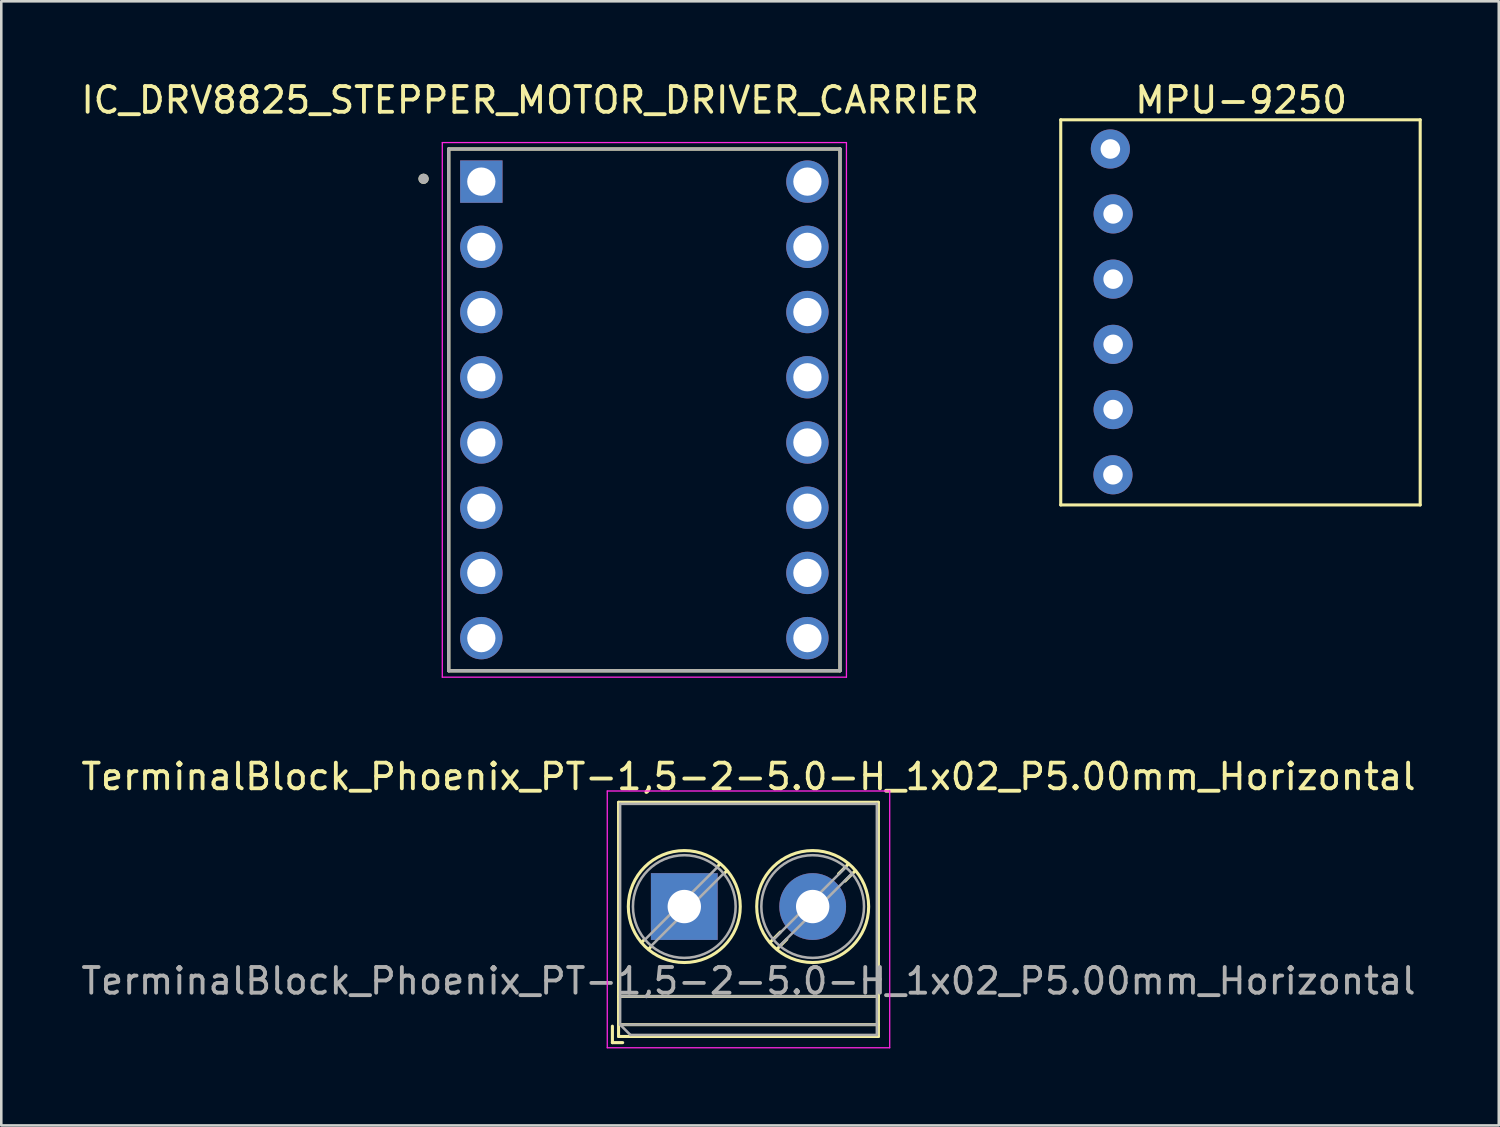
<source format=kicad_pcb>
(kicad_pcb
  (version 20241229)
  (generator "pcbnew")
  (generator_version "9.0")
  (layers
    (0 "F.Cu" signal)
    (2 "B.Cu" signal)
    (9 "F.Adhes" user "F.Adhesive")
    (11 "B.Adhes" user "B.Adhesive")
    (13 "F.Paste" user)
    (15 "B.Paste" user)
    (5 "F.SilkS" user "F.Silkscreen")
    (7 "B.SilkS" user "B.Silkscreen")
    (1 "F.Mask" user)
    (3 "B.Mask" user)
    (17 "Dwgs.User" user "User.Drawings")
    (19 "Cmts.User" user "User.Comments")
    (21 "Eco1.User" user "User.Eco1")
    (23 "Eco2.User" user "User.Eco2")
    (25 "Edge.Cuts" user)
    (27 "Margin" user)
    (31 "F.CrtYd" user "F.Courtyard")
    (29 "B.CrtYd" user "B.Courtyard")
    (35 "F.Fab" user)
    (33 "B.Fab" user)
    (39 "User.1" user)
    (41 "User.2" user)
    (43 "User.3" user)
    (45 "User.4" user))
  (footprint "MPU-9250"
    (layer "F.Cu")
    (at 45.262 9.116)
    (property "Reference" "MPU-9250" (at 0.025 -8.268 0) (layer "F.SilkS") (effects (font (size 1 1) (thickness 0.15))))
    (attr through_hole)
    (fp_line (start -7 -7.5) (end 7 -7.5) (stroke (width 0.12) (type solid)) (layer "F.SilkS"))
    (fp_line (start -7 7.5) (end -7 -7.5) (stroke (width 0.12) (type solid)) (layer "F.SilkS"))
    (fp_line (start -7 7.5) (end 7 7.5) (stroke (width 0.12) (type solid)) (layer "F.SilkS"))
    (fp_line (start 7 -7.5) (end 7 7.5) (stroke (width 0.12) (type solid)) (layer "F.SilkS"))
    (pad "9" thru_hole circle (at -4.966 6.325) (size 1.524 1.524) (drill 0.762) (layers "*.Cu" "*.Mask"))
    (pad "13" thru_hole circle (at -5.067 -6.363) (size 1.524 1.524) (drill 0.762) (layers "*.Cu" "*.Mask"))
    (pad "18" thru_hole circle (at -4.959 -3.835) (size 1.524 1.524) (drill 0.762) (layers "*.Cu" "*.Mask"))
    (pad "22" thru_hole circle (at -4.959 3.785) (size 1.524 1.524) (drill 0.762) (layers "*.Cu" "*.Mask"))
    (pad "23" thru_hole circle (at -4.959 -1.295) (size 1.524 1.524) (drill 0.762) (layers "*.Cu" "*.Mask"))
    (pad "24" thru_hole circle (at -4.959 1.245) (size 1.524 1.524) (drill 0.762) (layers "*.Cu" "*.Mask")))
  (footprint "IC_DRV8825_STEPPER_MOTOR_DRIVER_CARRIER"
    (layer "F.Cu")
    (at 22.046 12.913)
    (property "Reference" "IC_DRV8825_STEPPER_MOTOR_DRIVER_CARRIER" (at -4.445 -12.065 0) (layer "F.SilkS") (effects (font (size 1 1) (thickness 0.15))))
    (attr through_hole)
    (fp_line (start -7.62 -10.16) (end 7.62 -10.16) (stroke (width 0.127) (type solid)) (layer "F.SilkS"))
    (fp_line (start -7.62 10.16) (end -7.62 -10.16) (stroke (width 0.127) (type solid)) (layer "F.SilkS"))
    (fp_line (start 7.62 -10.16) (end 7.62 10.16) (stroke (width 0.127) (type solid)) (layer "F.SilkS"))
    (fp_line (start 7.62 10.16) (end -7.62 10.16) (stroke (width 0.127) (type solid)) (layer "F.SilkS"))
    (fp_circle (center -8.6 -9) (end -8.5 -9) (stroke (width 0.2) (type solid)) (fill no) (layer "F.SilkS"))
    (fp_line (start -7.87 -10.41) (end 7.87 -10.41) (stroke (width 0.05) (type solid)) (layer "F.CrtYd"))
    (fp_line (start -7.87 10.41) (end -7.87 -10.41) (stroke (width 0.05) (type solid)) (layer "F.CrtYd"))
    (fp_line (start 7.87 -10.41) (end 7.87 10.41) (stroke (width 0.05) (type solid)) (layer "F.CrtYd"))
    (fp_line (start 7.87 10.41) (end -7.87 10.41) (stroke (width 0.05) (type solid)) (layer "F.CrtYd"))
    (fp_line (start -7.62 -10.16) (end 7.62 -10.16) (stroke (width 0.127) (type solid)) (layer "F.Fab"))
    (fp_line (start -7.62 10.16) (end -7.62 -10.16) (stroke (width 0.127) (type solid)) (layer "F.Fab"))
    (fp_line (start 7.62 -10.16) (end 7.62 10.16) (stroke (width 0.127) (type solid)) (layer "F.Fab"))
    (fp_line (start 7.62 10.16) (end -7.62 10.16) (stroke (width 0.127) (type solid)) (layer "F.Fab"))
    (fp_circle (center -8.6 -9) (end -8.5 -9) (stroke (width 0.2) (type solid)) (fill no) (layer "F.Fab"))
    (pad "1" thru_hole rect (at -6.35 -8.89) (size 1.65 1.65) (drill 1.1) (layers "*.Cu" "*.Mask"))
    (pad "2" thru_hole circle (at -6.35 -6.35) (size 1.65 1.65) (drill 1.1) (layers "*.Cu" "*.Mask"))
    (pad "3" thru_hole circle (at -6.35 -3.81) (size 1.65 1.65) (drill 1.1) (layers "*.Cu" "*.Mask"))
    (pad "4" thru_hole circle (at -6.35 -1.27) (size 1.65 1.65) (drill 1.1) (layers "*.Cu" "*.Mask"))
    (pad "5" thru_hole circle (at -6.35 1.27) (size 1.65 1.65) (drill 1.1) (layers "*.Cu" "*.Mask"))
    (pad "6" thru_hole circle (at -6.35 3.81) (size 1.65 1.65) (drill 1.1) (layers "*.Cu" "*.Mask"))
    (pad "7" thru_hole circle (at -6.35 6.35) (size 1.65 1.65) (drill 1.1) (layers "*.Cu" "*.Mask"))
    (pad "8" thru_hole circle (at -6.35 8.89) (size 1.65 1.65) (drill 1.1) (layers "*.Cu" "*.Mask"))
    (pad "9" thru_hole circle (at 6.35 8.89) (size 1.65 1.65) (drill 1.1) (layers "*.Cu" "*.Mask"))
    (pad "10" thru_hole circle (at 6.35 6.35) (size 1.65 1.65) (drill 1.1) (layers "*.Cu" "*.Mask"))
    (pad "11" thru_hole circle (at 6.35 3.81) (size 1.65 1.65) (drill 1.1) (layers "*.Cu" "*.Mask"))
    (pad "12" thru_hole circle (at 6.35 1.27) (size 1.65 1.65) (drill 1.1) (layers "*.Cu" "*.Mask"))
    (pad "13" thru_hole circle (at 6.35 -1.27) (size 1.65 1.65) (drill 1.1) (layers "*.Cu" "*.Mask"))
    (pad "14" thru_hole circle (at 6.35 -3.81) (size 1.65 1.65) (drill 1.1) (layers "*.Cu" "*.Mask"))
    (pad "15" thru_hole circle (at 6.35 -6.35) (size 1.65 1.65) (drill 1.1) (layers "*.Cu" "*.Mask"))
    (pad "16" thru_hole circle (at 6.35 -8.89) (size 1.65 1.65) (drill 1.1) (layers "*.Cu" "*.Mask")))
  (footprint "TerminalBlock_Phoenix_PT-1,5-2-5.0-H_1x02_P5.00mm_Horizontal"
    (layer "F.Cu")
    (at 23.601 32.257)
    (property "Reference" "TerminalBlock_Phoenix_PT-1,5-2-5.0-H_1x02_P5.00mm_Horizontal" (at 2.5 -5.06 0) (layer "F.SilkS") (effects (font (size 1 1) (thickness 0.15))))
    (attr through_hole)
    (fp_line (start -2.8 4.66) (end -2.8 5.3) (stroke (width 0.12) (type solid)) (layer "F.SilkS"))
    (fp_line (start -2.8 5.3) (end -2.4 5.3) (stroke (width 0.12) (type solid)) (layer "F.SilkS"))
    (fp_line (start -2.56 -4.06) (end -2.56 5.06) (stroke (width 0.12) (type solid)) (layer "F.SilkS"))
    (fp_line (start -2.56 -4.06) (end 7.56 -4.06) (stroke (width 0.12) (type solid)) (layer "F.SilkS"))
    (fp_line (start -2.56 3.5) (end 7.56 3.5) (stroke (width 0.12) (type solid)) (layer "F.SilkS"))
    (fp_line (start -2.56 4.6) (end 7.56 4.6) (stroke (width 0.12) (type solid)) (layer "F.SilkS"))
    (fp_line (start -2.56 5.06) (end 7.56 5.06) (stroke (width 0.12) (type solid)) (layer "F.SilkS"))
    (fp_line (start -1.548 1.281) (end -1.654 1.388) (stroke (width 0.12) (type solid)) (layer "F.SilkS"))
    (fp_line (start -1.282 1.547) (end -1.388 1.654) (stroke (width 0.12) (type solid)) (layer "F.SilkS"))
    (fp_line (start 1.388 -1.654) (end 1.281 -1.547) (stroke (width 0.12) (type solid)) (layer "F.SilkS"))
    (fp_line (start 1.654 -1.388) (end 1.547 -1.281) (stroke (width 0.12) (type solid)) (layer "F.SilkS"))
    (fp_line (start 3.742 0.992) (end 3.347 1.388) (stroke (width 0.12) (type solid)) (layer "F.SilkS"))
    (fp_line (start 3.993 1.274) (end 3.613 1.654) (stroke (width 0.12) (type solid)) (layer "F.SilkS"))
    (fp_line (start 6.388 -1.654) (end 6.008 -1.274) (stroke (width 0.12) (type solid)) (layer "F.SilkS"))
    (fp_line (start 6.654 -1.388) (end 6.259 -0.992) (stroke (width 0.12) (type solid)) (layer "F.SilkS"))
    (fp_line (start 7.56 -4.06) (end 7.56 5.06) (stroke (width 0.12) (type solid)) (layer "F.SilkS"))
    (fp_circle (center 0 0) (end 2.18 0) (stroke (width 0.12) (type solid)) (fill no) (layer "F.SilkS"))
    (fp_circle (center 5 0) (end 7.18 0) (stroke (width 0.12) (type solid)) (fill no) (layer "F.SilkS"))
    (fp_line (start -3 -4.5) (end -3 5.5) (stroke (width 0.05) (type solid)) (layer "F.CrtYd"))
    (fp_line (start -3 5.5) (end 8 5.5) (stroke (width 0.05) (type solid)) (layer "F.CrtYd"))
    (fp_line (start 8 -4.5) (end -3 -4.5) (stroke (width 0.05) (type solid)) (layer "F.CrtYd"))
    (fp_line (start 8 5.5) (end 8 -4.5) (stroke (width 0.05) (type solid)) (layer "F.CrtYd"))
    (fp_line (start -2.5 -4) (end 7.5 -4) (stroke (width 0.1) (type solid)) (layer "F.Fab"))
    (fp_line (start -2.5 3.5) (end 7.5 3.5) (stroke (width 0.1) (type solid)) (layer "F.Fab"))
    (fp_line (start -2.5 4.6) (end -2.5 -4) (stroke (width 0.1) (type solid)) (layer "F.Fab"))
    (fp_line (start -2.5 4.6) (end 7.5 4.6) (stroke (width 0.1) (type solid)) (layer "F.Fab"))
    (fp_line (start -2.1 5) (end -2.5 4.6) (stroke (width 0.1) (type solid)) (layer "F.Fab"))
    (fp_line (start 1.273 -1.517) (end -1.517 1.273) (stroke (width 0.1) (type solid)) (layer "F.Fab"))
    (fp_line (start 1.517 -1.273) (end -1.273 1.517) (stroke (width 0.1) (type solid)) (layer "F.Fab"))
    (fp_line (start 6.273 -1.517) (end 3.484 1.273) (stroke (width 0.1) (type solid)) (layer "F.Fab"))
    (fp_line (start 6.517 -1.273) (end 3.728 1.517) (stroke (width 0.1) (type solid)) (layer "F.Fab"))
    (fp_line (start 7.5 -4) (end 7.5 5) (stroke (width 0.1) (type solid)) (layer "F.Fab"))
    (fp_line (start 7.5 5) (end -2.1 5) (stroke (width 0.1) (type solid)) (layer "F.Fab"))
    (fp_circle (center 0 0) (end 2 0) (stroke (width 0.1) (type solid)) (fill no) (layer "F.Fab"))
    (fp_circle (center 5 0) (end 7 0) (stroke (width 0.1) (type solid)) (fill no) (layer "F.Fab"))
    (fp_text user "${REFERENCE}" (at 2.5 2.9 0) (layer "F.Fab") (effects (font (size 1 1) (thickness 0.15))))
    (pad "1" thru_hole rect (at 0 0) (size 2.6 2.6) (drill 1.3) (layers "*.Cu" "*.Mask"))
    (pad "2" thru_hole circle (at 5 0) (size 2.6 2.6) (drill 1.3) (layers "*.Cu" "*.Mask")))
  (gr_rect
    (start -3 -3)
    (end 55.322 40.782)
    (stroke (width 0.1) (type default))
    (fill no)
    (layer "Edge.Cuts")))
</source>
